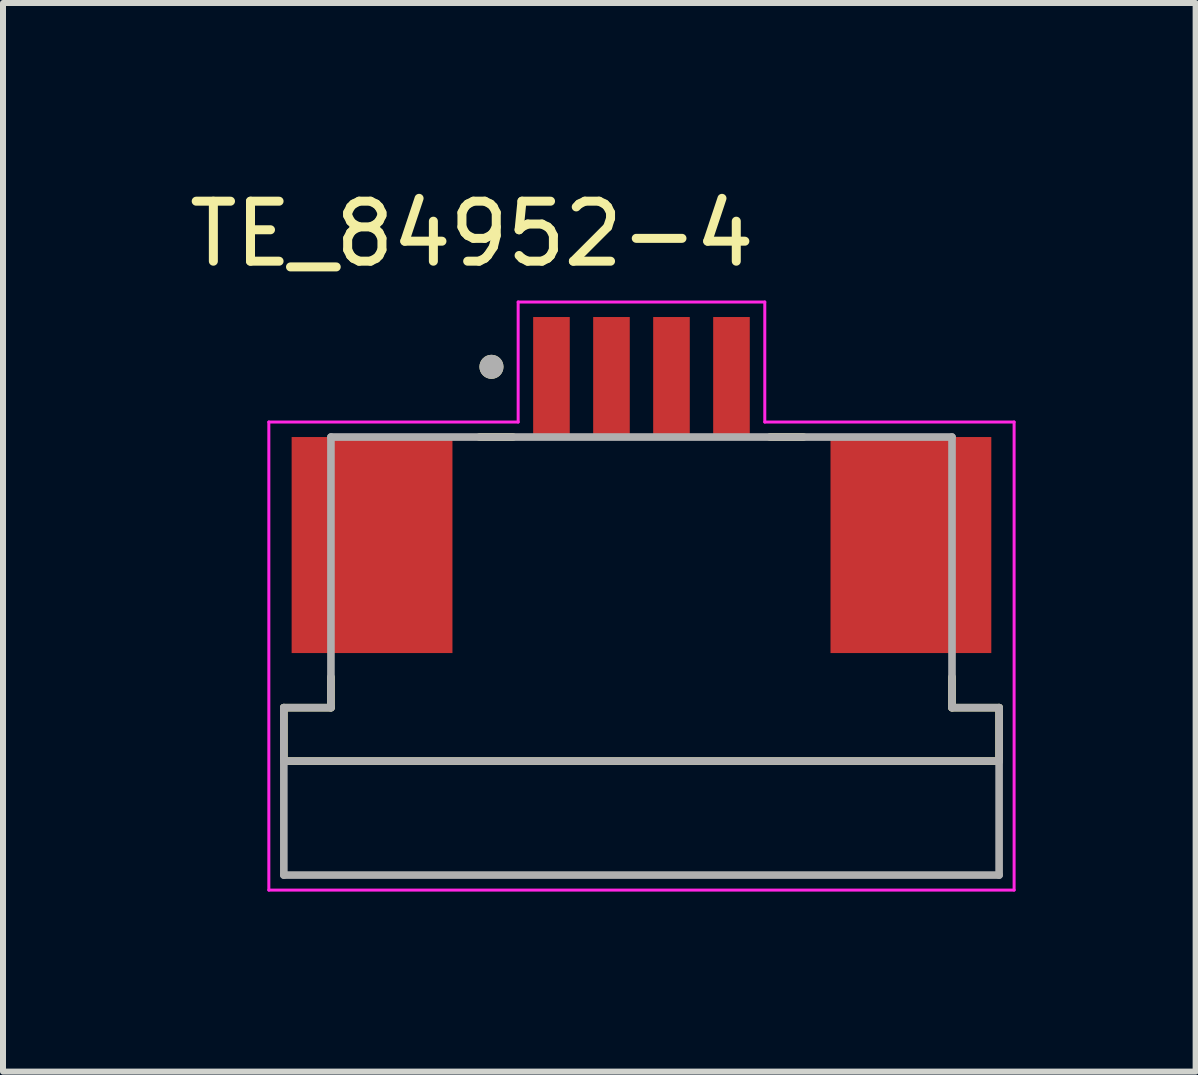
<source format=kicad_pcb>
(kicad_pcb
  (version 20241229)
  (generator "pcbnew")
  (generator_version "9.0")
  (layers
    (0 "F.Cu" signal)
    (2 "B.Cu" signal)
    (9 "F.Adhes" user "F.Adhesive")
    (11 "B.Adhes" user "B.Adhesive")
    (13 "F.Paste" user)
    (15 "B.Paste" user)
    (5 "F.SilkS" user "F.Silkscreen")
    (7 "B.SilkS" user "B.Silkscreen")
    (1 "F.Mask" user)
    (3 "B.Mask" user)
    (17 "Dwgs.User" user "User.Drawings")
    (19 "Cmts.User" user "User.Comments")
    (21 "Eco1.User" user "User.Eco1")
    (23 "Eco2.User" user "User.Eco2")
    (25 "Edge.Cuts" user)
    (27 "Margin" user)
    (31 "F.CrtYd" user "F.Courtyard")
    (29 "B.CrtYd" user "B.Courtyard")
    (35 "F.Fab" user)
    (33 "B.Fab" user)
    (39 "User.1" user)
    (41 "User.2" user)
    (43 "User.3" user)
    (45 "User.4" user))
  (footprint "TE_84952-4"
    (layer "F.Cu")
    (at 7.64 3.233)
    (property "Reference" "TE_84952-4" (at -2.825 -2.385 0) (layer "F.SilkS") (effects (font (size 1 1) (thickness 0.15))))
    (attr smd)
    (fp_line (start -5.96 6.4) (end -5.96 5.51) (stroke (width 0.127) (type solid)) (layer "F.SilkS"))
    (fp_line (start -5.175 5) (end -5.175 5.51) (stroke (width 0.127) (type solid)) (layer "F.SilkS"))
    (fp_line (start -5.175 5.51) (end -5.96 5.51) (stroke (width 0.127) (type solid)) (layer "F.SilkS"))
    (fp_line (start -2.7 1) (end -2.14 1) (stroke (width 0.127) (type solid)) (layer "F.SilkS"))
    (fp_line (start 2.14 1) (end 2.7 1) (stroke (width 0.127) (type solid)) (layer "F.SilkS"))
    (fp_line (start 5.175 5) (end 5.175 5.51) (stroke (width 0.127) (type solid)) (layer "F.SilkS"))
    (fp_line (start 5.96 5.51) (end 5.175 5.51) (stroke (width 0.127) (type solid)) (layer "F.SilkS"))
    (fp_line (start 5.96 5.51) (end 5.96 6.4) (stroke (width 0.127) (type solid)) (layer "F.SilkS"))
    (fp_line (start 5.96 6.4) (end -5.96 6.4) (stroke (width 0.127) (type solid)) (layer "F.SilkS"))
    (fp_circle (center -2.5 -0.17) (end -2.4 -0.17) (stroke (width 0.2) (type solid)) (fill no) (layer "F.SilkS"))
    (fp_line (start -6.21 0.75) (end -2.055 0.75) (stroke (width 0.05) (type solid)) (layer "F.CrtYd"))
    (fp_line (start -6.21 8.55) (end -6.21 0.75) (stroke (width 0.05) (type solid)) (layer "F.CrtYd"))
    (fp_line (start -2.055 -1.25) (end 2.055 -1.25) (stroke (width 0.05) (type solid)) (layer "F.CrtYd"))
    (fp_line (start -2.055 0.75) (end -2.055 -1.25) (stroke (width 0.05) (type solid)) (layer "F.CrtYd"))
    (fp_line (start 2.055 -1.25) (end 2.055 0.75) (stroke (width 0.05) (type solid)) (layer "F.CrtYd"))
    (fp_line (start 2.055 0.75) (end 6.21 0.75) (stroke (width 0.05) (type solid)) (layer "F.CrtYd"))
    (fp_line (start 6.21 0.75) (end 6.21 8.55) (stroke (width 0.05) (type solid)) (layer "F.CrtYd"))
    (fp_line (start 6.21 8.55) (end -6.21 8.55) (stroke (width 0.05) (type solid)) (layer "F.CrtYd"))
    (fp_line (start -5.96 5.51) (end -5.96 6.4) (stroke (width 0.127) (type solid)) (layer "F.Fab"))
    (fp_line (start -5.96 8.3) (end -5.96 6.4) (stroke (width 0.127) (type solid)) (layer "F.Fab"))
    (fp_line (start -5.175 1) (end -5.175 5.51) (stroke (width 0.127) (type solid)) (layer "F.Fab"))
    (fp_line (start -5.175 1) (end 5.175 1) (stroke (width 0.127) (type solid)) (layer "F.Fab"))
    (fp_line (start -5.175 5.51) (end -5.96 5.51) (stroke (width 0.127) (type solid)) (layer "F.Fab"))
    (fp_line (start 5.175 1) (end 5.175 5.51) (stroke (width 0.127) (type solid)) (layer "F.Fab"))
    (fp_line (start 5.96 5.51) (end 5.175 5.51) (stroke (width 0.127) (type solid)) (layer "F.Fab"))
    (fp_line (start 5.96 5.51) (end 5.96 6.4) (stroke (width 0.127) (type solid)) (layer "F.Fab"))
    (fp_line (start 5.96 6.4) (end -5.96 6.4) (stroke (width 0.127) (type solid)) (layer "F.Fab"))
    (fp_line (start 5.96 6.4) (end 5.96 8.3) (stroke (width 0.127) (type solid)) (layer "F.Fab"))
    (fp_line (start 5.96 8.3) (end -5.96 8.3) (stroke (width 0.127) (type solid)) (layer "F.Fab"))
    (fp_circle (center -2.5 -0.17) (end -2.4 -0.17) (stroke (width 0.2) (type solid)) (fill no) (layer "F.Fab"))
    (pad "1" smd rect (at -1.5 0) (size 0.61 2) (layers "F.Cu" "F.Mask" "F.Paste"))
    (pad "2" smd rect (at -0.5 0) (size 0.61 2) (layers "F.Cu" "F.Mask" "F.Paste"))
    (pad "3" smd rect (at 0.5 0) (size 0.61 2) (layers "F.Cu" "F.Mask" "F.Paste"))
    (pad "4" smd rect (at 1.5 0) (size 0.61 2) (layers "F.Cu" "F.Mask" "F.Paste"))
    (pad "S1" smd rect (at -4.49 2.8) (size 2.68 3.6) (layers "F.Cu" "F.Mask" "F.Paste"))
    (pad "S2" smd rect (at 4.49 2.8) (size 2.68 3.6) (layers "F.Cu" "F.Mask" "F.Paste")))
  (gr_rect
    (start -3 -3)
    (end 16.875 14.808)
    (stroke (width 0.1) (type default))
    (fill no)
    (layer "Edge.Cuts")))
</source>
